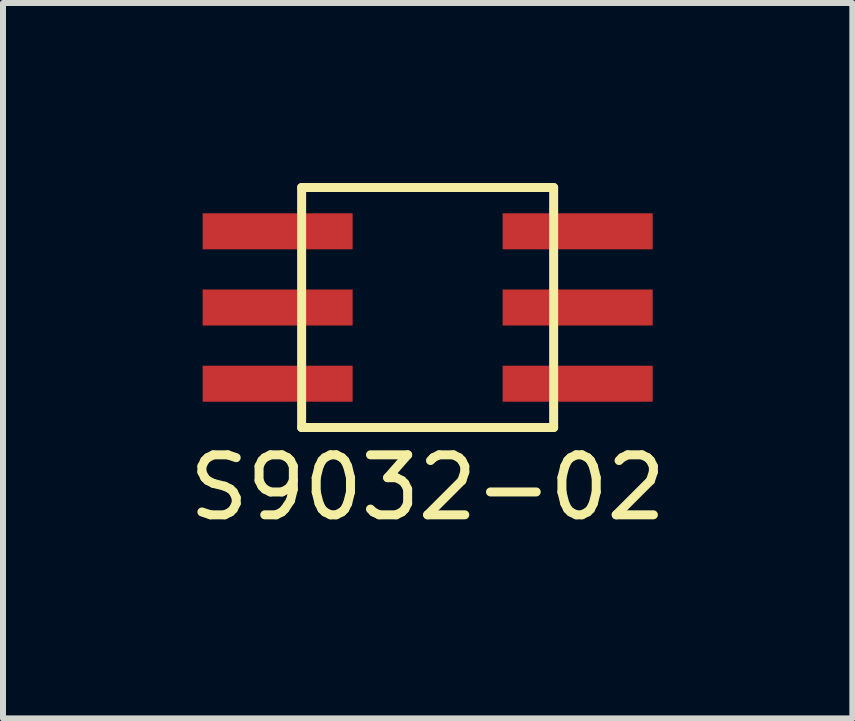
<source format=kicad_pcb>
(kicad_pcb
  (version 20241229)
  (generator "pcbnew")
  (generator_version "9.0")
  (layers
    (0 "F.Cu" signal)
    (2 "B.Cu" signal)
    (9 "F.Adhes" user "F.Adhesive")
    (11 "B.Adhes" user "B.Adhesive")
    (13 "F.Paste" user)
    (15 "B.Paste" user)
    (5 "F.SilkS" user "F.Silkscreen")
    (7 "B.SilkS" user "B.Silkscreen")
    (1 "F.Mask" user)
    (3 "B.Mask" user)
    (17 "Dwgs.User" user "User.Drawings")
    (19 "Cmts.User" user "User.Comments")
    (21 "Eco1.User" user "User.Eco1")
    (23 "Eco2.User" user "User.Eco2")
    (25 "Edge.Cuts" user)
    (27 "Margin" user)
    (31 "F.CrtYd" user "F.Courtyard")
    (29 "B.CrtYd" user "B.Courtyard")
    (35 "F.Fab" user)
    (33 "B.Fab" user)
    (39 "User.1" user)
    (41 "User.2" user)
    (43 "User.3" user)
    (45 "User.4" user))
  (footprint "S9032-02"
    (layer "F.Cu")
    (at 4.077 2.075)
    (property "Reference" "S9032-02" (at 0 3 0) (layer "F.SilkS") (effects (font (size 1 1) (thickness 0.15))))
    (attr through_hole)
    (fp_line (start -2.1 2) (end -2.1 -2) (stroke (width 0.15) (type solid)) (layer "F.SilkS"))
    (fp_line (start -2 -2) (end -2.1 -2) (stroke (width 0.15) (type solid)) (layer "F.SilkS"))
    (fp_line (start -2 -2) (end 2 -2) (stroke (width 0.15) (type solid)) (layer "F.SilkS"))
    (fp_line (start -2 2) (end -2.1 2) (stroke (width 0.15) (type solid)) (layer "F.SilkS"))
    (fp_line (start -2 2) (end 0 2) (stroke (width 0.15) (type solid)) (layer "F.SilkS"))
    (fp_line (start 0 2) (end -2 2) (stroke (width 0.15) (type solid)) (layer "F.SilkS"))
    (fp_line (start 0 2) (end 2 2) (stroke (width 0.15) (type solid)) (layer "F.SilkS"))
    (fp_line (start 2 -2) (end 2.1 -2) (stroke (width 0.15) (type solid)) (layer "F.SilkS"))
    (fp_line (start 2.1 -2) (end 2.1 2) (stroke (width 0.15) (type solid)) (layer "F.SilkS"))
    (fp_line (start 2.1 2) (end 2 2) (stroke (width 0.15) (type solid)) (layer "F.SilkS"))
    (pad "1" smd rect (at -2.5 -1.27) (size 2.5 0.6) (layers "F.Cu" "F.Mask" "F.Paste"))
    (pad "2" smd rect (at -2.5 0) (size 2.5 0.6) (layers "F.Cu" "F.Mask" "F.Paste"))
    (pad "3" smd rect (at -2.5 1.27) (size 2.5 0.6) (layers "F.Cu" "F.Mask" "F.Paste"))
    (pad "4" smd rect (at 2.5 1.27) (size 2.5 0.6) (layers "F.Cu" "F.Mask" "F.Paste"))
    (pad "5" smd rect (at 2.5 0) (size 2.5 0.6) (layers "F.Cu" "F.Mask" "F.Paste"))
    (pad "6" smd rect (at 2.5 -1.27) (size 2.5 0.6) (layers "F.Cu" "F.Mask" "F.Paste")))
  (gr_rect
    (start -3 -3)
    (end 11.155 8.923)
    (stroke (width 0.1) (type default))
    (fill no)
    (layer "Edge.Cuts")))
</source>
